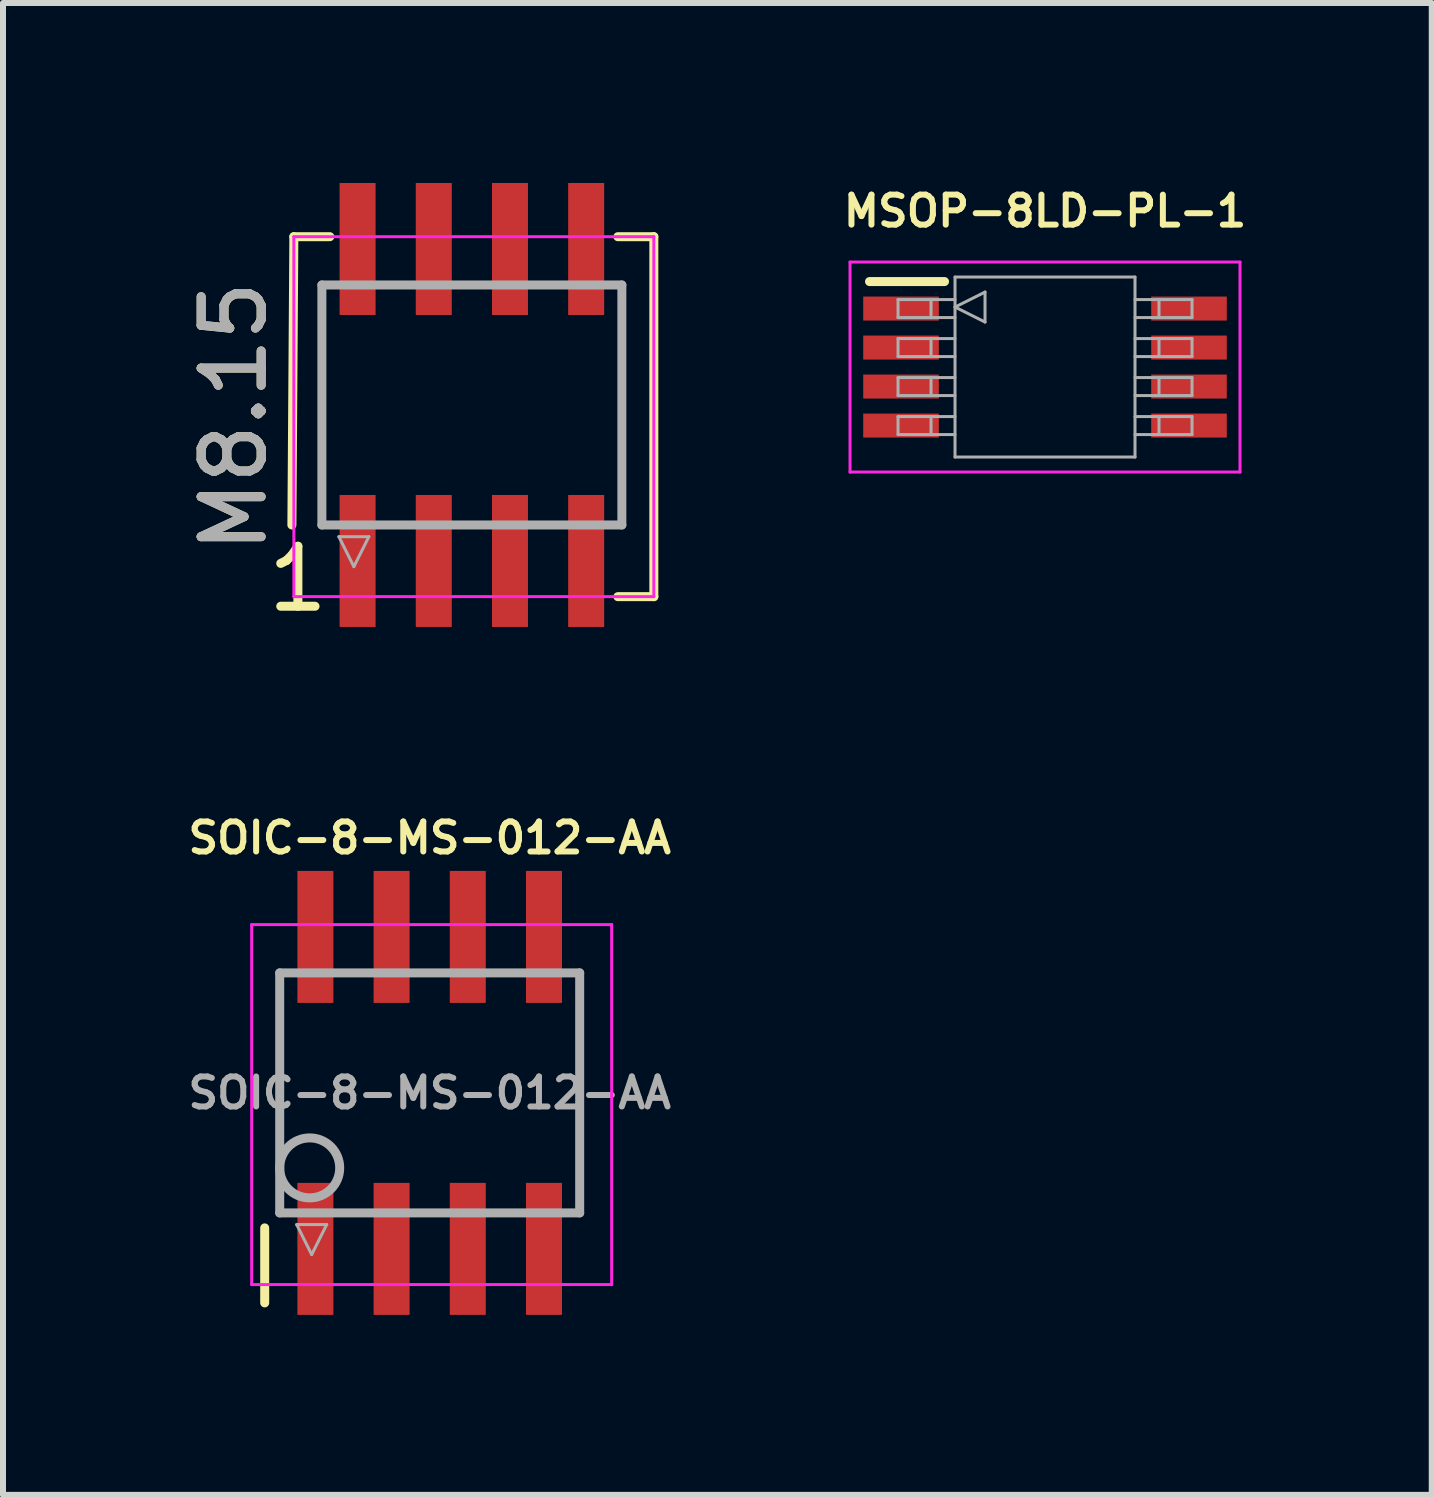
<source format=kicad_pcb>
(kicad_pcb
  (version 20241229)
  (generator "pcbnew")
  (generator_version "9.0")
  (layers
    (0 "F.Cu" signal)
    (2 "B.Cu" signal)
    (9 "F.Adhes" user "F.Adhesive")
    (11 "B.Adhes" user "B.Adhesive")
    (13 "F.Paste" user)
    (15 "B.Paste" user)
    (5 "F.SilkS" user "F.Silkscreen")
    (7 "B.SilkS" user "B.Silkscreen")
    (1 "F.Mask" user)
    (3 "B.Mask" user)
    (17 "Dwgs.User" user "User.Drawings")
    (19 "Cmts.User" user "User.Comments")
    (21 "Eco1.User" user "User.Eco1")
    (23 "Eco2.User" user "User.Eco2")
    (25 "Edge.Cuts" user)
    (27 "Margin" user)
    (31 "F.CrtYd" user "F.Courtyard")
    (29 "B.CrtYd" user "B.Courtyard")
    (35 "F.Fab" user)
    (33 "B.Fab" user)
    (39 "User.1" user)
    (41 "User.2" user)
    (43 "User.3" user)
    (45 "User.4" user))
  (footprint "M8.15"
    (layer "F.Cu")
    (at 4.815 3.7)
    (property "Reference" "M8.15" (at -3.967 0.195 90) (layer "F.SilkS") (effects (font (size 1 1) (thickness 0.15))))
    (attr smd)
    (fp_line (start -3 2) (end -2.967 -2.805) (stroke (width 0.15) (type solid)) (layer "F.SilkS"))
    (fp_line (start -2.967 -2.805) (end -2.367 -2.805) (stroke (width 0.15) (type solid)) (layer "F.SilkS"))
    (fp_line (start 2.433 -2.805) (end 3.033 -2.805) (stroke (width 0.15) (type solid)) (layer "F.SilkS"))
    (fp_line (start 3.033 3.195) (end 2.433 3.195) (stroke (width 0.15) (type solid)) (layer "F.SilkS"))
    (fp_line (start 3.033 3.195) (end 3.033 -2.805) (stroke (width 0.15) (type solid)) (layer "F.SilkS"))
    (fp_line (start -2.967 -2.805) (end 3.033 -2.805) (stroke (width 0.05) (type solid)) (layer "F.CrtYd"))
    (fp_line (start -2.967 3.195) (end -2.967 -2.805) (stroke (width 0.05) (type solid)) (layer "F.CrtYd"))
    (fp_line (start -2.967 3.195) (end 3.033 3.195) (stroke (width 0.05) (type solid)) (layer "F.CrtYd"))
    (fp_line (start 3.033 3.195) (end 3.033 -2.805) (stroke (width 0.05) (type solid)) (layer "F.CrtYd"))
    (fp_line (start -2.5 -2) (end -2.5 2) (stroke (width 0.15) (type solid)) (layer "F.Fab"))
    (fp_line (start -2.5 2) (end 2.5 2) (stroke (width 0.15) (type solid)) (layer "F.Fab"))
    (fp_line (start -2.217 2.195) (end -1.717 2.195) (stroke (width 0.05) (type solid)) (layer "F.Fab"))
    (fp_line (start -1.967 2.695) (end -2.217 2.195) (stroke (width 0.05) (type solid)) (layer "F.Fab"))
    (fp_line (start -1.717 2.195) (end -1.967 2.695) (stroke (width 0.05) (type solid)) (layer "F.Fab"))
    (fp_line (start 2.5 -2) (end -2.5 -2) (stroke (width 0.15) (type solid)) (layer "F.Fab"))
    (fp_line (start 2.5 2) (end 2.5 -2) (stroke (width 0.15) (type solid)) (layer "F.Fab"))
    (fp_text user "1" (at -2.9 2.9 0) (layer "F.SilkS") (effects (font (size 1 1) (thickness 0.15))))
    (fp_text user "${REFERENCE}" (at -3.967 0.195 90) (layer "F.Fab") (effects (font (size 1 1) (thickness 0.15))))
    (pad "1" smd rect (at -1.905 2.6) (size 0.6 2.2) (layers "F.Cu" "F.Mask" "F.Paste"))
    (pad "2" smd rect (at -0.635 2.6) (size 0.6 2.2) (layers "F.Cu" "F.Mask" "F.Paste"))
    (pad "3" smd rect (at 0.635 2.6) (size 0.6 2.2) (layers "F.Cu" "F.Mask" "F.Paste"))
    (pad "4" smd rect (at 1.905 2.6) (size 0.6 2.2) (layers "F.Cu" "F.Mask" "F.Paste"))
    (pad "5" smd rect (at 1.905 -2.6) (size 0.6 2.2) (layers "F.Cu" "F.Mask" "F.Paste"))
    (pad "6" smd rect (at 0.635 -2.6) (size 0.6 2.2) (layers "F.Cu" "F.Mask" "F.Paste"))
    (pad "7" smd rect (at -0.635 -2.6) (size 0.6 2.2) (layers "F.Cu" "F.Mask" "F.Paste"))
    (pad "8" smd rect (at -1.905 -2.6) (size 0.6 2.2) (layers "F.Cu" "F.Mask" "F.Paste")))
  (footprint "MSOP-8LD-PL-1"
    (layer "F.Cu")
    (at 14.368 3.068)
    (property "Reference" "MSOP-8LD-PL-1" (at 0 -2.6 0) (layer "F.SilkS") (effects (font (size 0.5 0.5) (thickness 0.1))))
    (attr smd)
    (fp_line (start -1.675 -1.425) (end -2.925 -1.425) (stroke (width 0.15) (type solid)) (layer "F.SilkS"))
    (fp_line (start -3.25 -1.75) (end -3.25 1.75) (stroke (width 0.05) (type solid)) (layer "F.CrtYd"))
    (fp_line (start -3.25 -1.75) (end 3.25 -1.75) (stroke (width 0.05) (type solid)) (layer "F.CrtYd"))
    (fp_line (start -3.25 1.75) (end 3.25 1.75) (stroke (width 0.05) (type solid)) (layer "F.CrtYd"))
    (fp_line (start 3.25 -1.75) (end 3.25 1.75) (stroke (width 0.05) (type solid)) (layer "F.CrtYd"))
    (fp_line (start -2.45 -1.125) (end -2.45 -0.825) (stroke (width 0.05) (type solid)) (layer "F.Fab"))
    (fp_line (start -2.45 -1.125) (end -1.5 -1.125) (stroke (width 0.05) (type solid)) (layer "F.Fab"))
    (fp_line (start -2.45 -0.825) (end -1.5 -0.825) (stroke (width 0.05) (type solid)) (layer "F.Fab"))
    (fp_line (start -2.45 -0.475) (end -2.45 -0.175) (stroke (width 0.05) (type solid)) (layer "F.Fab"))
    (fp_line (start -2.45 -0.475) (end -1.5 -0.475) (stroke (width 0.05) (type solid)) (layer "F.Fab"))
    (fp_line (start -2.45 -0.175) (end -1.5 -0.175) (stroke (width 0.05) (type solid)) (layer "F.Fab"))
    (fp_line (start -2.45 0.175) (end -2.45 0.475) (stroke (width 0.05) (type solid)) (layer "F.Fab"))
    (fp_line (start -2.45 0.175) (end -1.5 0.175) (stroke (width 0.05) (type solid)) (layer "F.Fab"))
    (fp_line (start -2.45 0.475) (end -1.5 0.475) (stroke (width 0.05) (type solid)) (layer "F.Fab"))
    (fp_line (start -2.45 0.825) (end -2.45 1.125) (stroke (width 0.05) (type solid)) (layer "F.Fab"))
    (fp_line (start -2.45 0.825) (end -1.5 0.825) (stroke (width 0.05) (type solid)) (layer "F.Fab"))
    (fp_line (start -2.45 1.125) (end -1.5 1.125) (stroke (width 0.05) (type solid)) (layer "F.Fab"))
    (fp_line (start -1.9 -1.125) (end -1.9 -0.825) (stroke (width 0.05) (type solid)) (layer "F.Fab"))
    (fp_line (start -1.9 -0.475) (end -1.9 -0.175) (stroke (width 0.05) (type solid)) (layer "F.Fab"))
    (fp_line (start -1.9 0.175) (end -1.9 0.475) (stroke (width 0.05) (type solid)) (layer "F.Fab"))
    (fp_line (start -1.9 0.825) (end -1.9 1.125) (stroke (width 0.05) (type solid)) (layer "F.Fab"))
    (fp_line (start -1.5 -1.5) (end -1.5 1.5) (stroke (width 0.05) (type solid)) (layer "F.Fab"))
    (fp_line (start -1.5 -1) (end -1 -1.25) (stroke (width 0.05) (type solid)) (layer "F.Fab"))
    (fp_line (start -1.5 1.5) (end 1.5 1.5) (stroke (width 0.05) (type solid)) (layer "F.Fab"))
    (fp_line (start -1 -1.25) (end -1 -0.75) (stroke (width 0.05) (type solid)) (layer "F.Fab"))
    (fp_line (start -1 -0.75) (end -1.5 -1) (stroke (width 0.05) (type solid)) (layer "F.Fab"))
    (fp_line (start 1.5 -1.5) (end -1.5 -1.5) (stroke (width 0.05) (type solid)) (layer "F.Fab"))
    (fp_line (start 1.5 -1.125) (end 2.45 -1.125) (stroke (width 0.05) (type solid)) (layer "F.Fab"))
    (fp_line (start 1.5 -0.825) (end 2.45 -0.825) (stroke (width 0.05) (type solid)) (layer "F.Fab"))
    (fp_line (start 1.5 -0.475) (end 2.45 -0.475) (stroke (width 0.05) (type solid)) (layer "F.Fab"))
    (fp_line (start 1.5 -0.175) (end 2.45 -0.175) (stroke (width 0.05) (type solid)) (layer "F.Fab"))
    (fp_line (start 1.5 0.175) (end 2.45 0.175) (stroke (width 0.05) (type solid)) (layer "F.Fab"))
    (fp_line (start 1.5 0.475) (end 2.45 0.475) (stroke (width 0.05) (type solid)) (layer "F.Fab"))
    (fp_line (start 1.5 0.825) (end 2.45 0.825) (stroke (width 0.05) (type solid)) (layer "F.Fab"))
    (fp_line (start 1.5 1.125) (end 2.45 1.125) (stroke (width 0.05) (type solid)) (layer "F.Fab"))
    (fp_line (start 1.5 1.5) (end 1.5 -1.5) (stroke (width 0.05) (type solid)) (layer "F.Fab"))
    (fp_line (start 1.9 -1.125) (end 1.9 -0.825) (stroke (width 0.05) (type solid)) (layer "F.Fab"))
    (fp_line (start 1.9 -0.475) (end 1.9 -0.175) (stroke (width 0.05) (type solid)) (layer "F.Fab"))
    (fp_line (start 1.9 0.175) (end 1.9 0.475) (stroke (width 0.05) (type solid)) (layer "F.Fab"))
    (fp_line (start 1.9 0.825) (end 1.9 1.125) (stroke (width 0.05) (type solid)) (layer "F.Fab"))
    (fp_line (start 2.45 -1.125) (end 2.45 -0.825) (stroke (width 0.05) (type solid)) (layer "F.Fab"))
    (fp_line (start 2.45 -0.475) (end 2.45 -0.175) (stroke (width 0.05) (type solid)) (layer "F.Fab"))
    (fp_line (start 2.45 0.175) (end 2.45 0.475) (stroke (width 0.05) (type solid)) (layer "F.Fab"))
    (fp_line (start 2.45 0.825) (end 2.45 1.125) (stroke (width 0.05) (type solid)) (layer "F.Fab"))
    (pad "1" smd rect (at -2.4 -0.975) (size 1.26 0.4) (layers "F.Cu" "F.Mask" "F.Paste"))
    (pad "2" smd rect (at -2.4 -0.325) (size 1.26 0.4) (layers "F.Cu" "F.Mask" "F.Paste"))
    (pad "3" smd rect (at -2.4 0.325) (size 1.26 0.4) (layers "F.Cu" "F.Mask" "F.Paste"))
    (pad "4" smd rect (at -2.4 0.975) (size 1.26 0.4) (layers "F.Cu" "F.Mask" "F.Paste"))
    (pad "5" smd rect (at 2.4 0.975) (size 1.26 0.4) (layers "F.Cu" "F.Mask" "F.Paste"))
    (pad "6" smd rect (at 2.4 0.325) (size 1.26 0.4) (layers "F.Cu" "F.Mask" "F.Paste"))
    (pad "7" smd rect (at 2.4 -0.325) (size 1.26 0.4) (layers "F.Cu" "F.Mask" "F.Paste"))
    (pad "8" smd rect (at 2.4 -0.975) (size 1.26 0.4) (layers "F.Cu" "F.Mask" "F.Paste")))
  (footprint "SOIC−8-MS-012-AA"
    (layer "F.Cu")
    (at 4.112 15.166)
    (property "Reference" "SOIC−8-MS-012-AA" (at 0 -4.25 0) (layer "F.SilkS") (effects (font (size 0.5 0.5) (thickness 0.1))))
    (attr smd)
    (fp_line (start -2.75 2.25) (end -2.75 3.5) (stroke (width 0.15) (type solid)) (layer "F.SilkS"))
    (fp_line (start -2.967 -2.805) (end 3.033 -2.805) (stroke (width 0.05) (type solid)) (layer "F.CrtYd"))
    (fp_line (start -2.967 3.195) (end -2.967 -2.805) (stroke (width 0.05) (type solid)) (layer "F.CrtYd"))
    (fp_line (start -2.967 3.195) (end 3.033 3.195) (stroke (width 0.05) (type solid)) (layer "F.CrtYd"))
    (fp_line (start 3.033 3.195) (end 3.033 -2.805) (stroke (width 0.05) (type solid)) (layer "F.CrtYd"))
    (fp_line (start -2.5 -2) (end -2.5 2) (stroke (width 0.15) (type solid)) (layer "F.Fab"))
    (fp_line (start -2.5 2) (end 2.5 2) (stroke (width 0.15) (type solid)) (layer "F.Fab"))
    (fp_line (start -2.217 2.195) (end -1.717 2.195) (stroke (width 0.05) (type solid)) (layer "F.Fab"))
    (fp_line (start -1.967 2.695) (end -2.217 2.195) (stroke (width 0.05) (type solid)) (layer "F.Fab"))
    (fp_line (start -1.717 2.195) (end -1.967 2.695) (stroke (width 0.05) (type solid)) (layer "F.Fab"))
    (fp_line (start 2.5 -2) (end -2.5 -2) (stroke (width 0.15) (type solid)) (layer "F.Fab"))
    (fp_line (start 2.5 2) (end 2.5 -2) (stroke (width 0.15) (type solid)) (layer "F.Fab"))
    (fp_circle (center -2 1.25) (end -2.5 1.25) (stroke (width 0.15) (type solid)) (fill no) (layer "F.Fab"))
    (fp_text user "${REFERENCE}" (at 0 0 0) (layer "F.Fab") (effects (font (size 0.5 0.5) (thickness 0.1))))
    (pad "1" smd rect (at -1.905 2.6) (size 0.6 2.2) (layers "F.Cu" "F.Mask" "F.Paste"))
    (pad "2" smd rect (at -0.635 2.6) (size 0.6 2.2) (layers "F.Cu" "F.Mask" "F.Paste"))
    (pad "3" smd rect (at 0.635 2.6) (size 0.6 2.2) (layers "F.Cu" "F.Mask" "F.Paste"))
    (pad "4" smd rect (at 1.905 2.6) (size 0.6 2.2) (layers "F.Cu" "F.Mask" "F.Paste"))
    (pad "5" smd rect (at 1.905 -2.6) (size 0.6 2.2) (layers "F.Cu" "F.Mask" "F.Paste"))
    (pad "6" smd rect (at 0.635 -2.6) (size 0.6 2.2) (layers "F.Cu" "F.Mask" "F.Paste"))
    (pad "7" smd rect (at -0.635 -2.6) (size 0.6 2.2) (layers "F.Cu" "F.Mask" "F.Paste"))
    (pad "8" smd rect (at -1.905 -2.6) (size 0.6 2.2) (layers "F.Cu" "F.Mask" "F.Paste")))
  (gr_rect
    (start -3 -3)
    (end 20.814 21.866)
    (stroke (width 0.1) (type default))
    (fill no)
    (layer "Edge.Cuts")))
</source>
